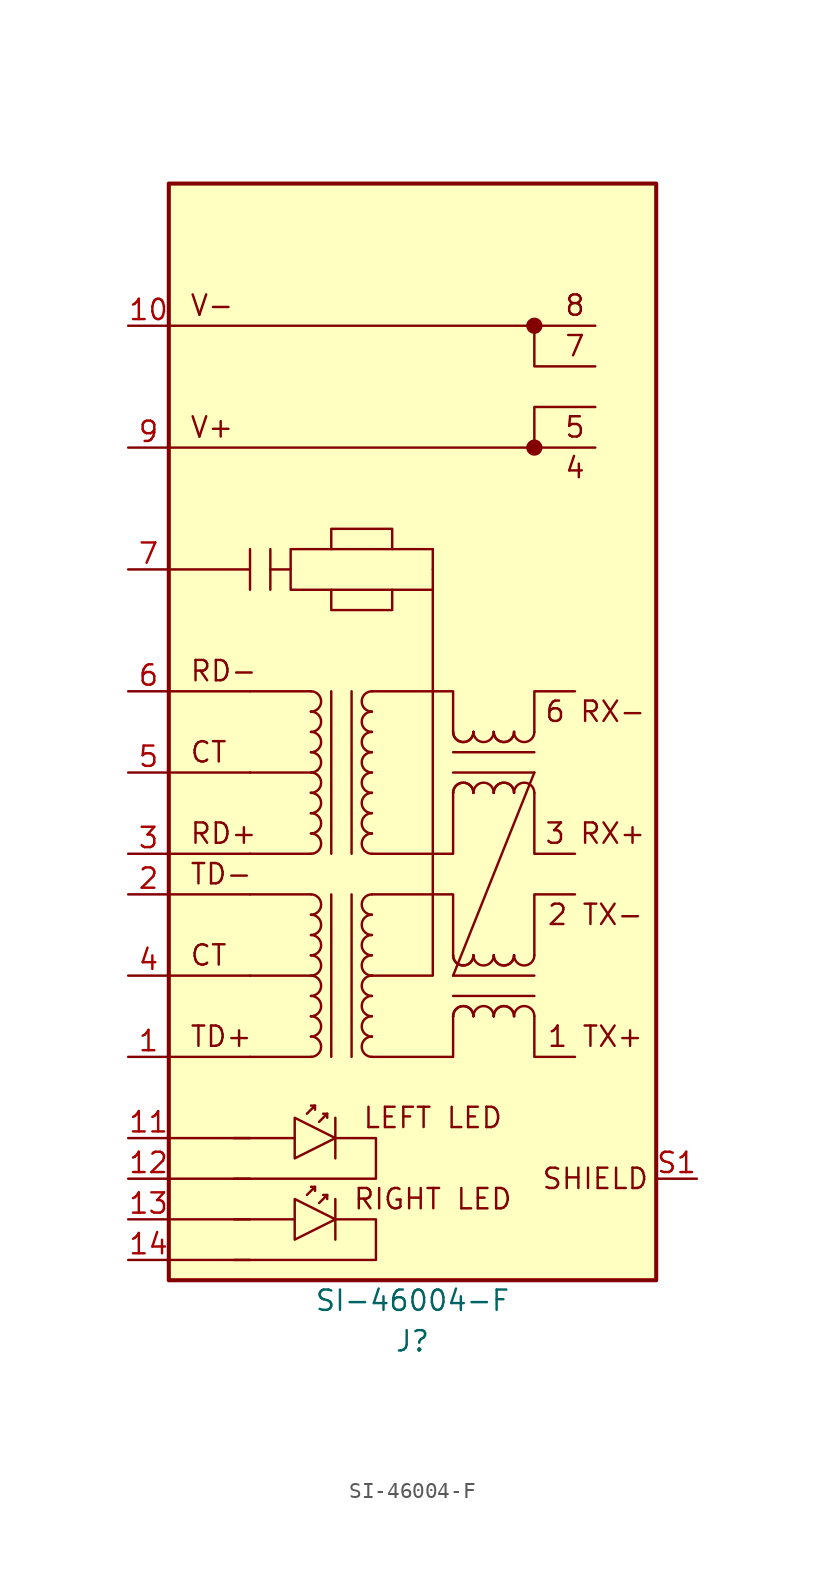
<source format=kicad_sym>
(kicad_symbol_lib
  (version 20220914)
  (generator kicad_symbol_editor)
  (symbol "SI-46004-F"
    (pin_names
      (offset 1.016) hide)
    (property "Reference" "J"
      (at 0 -38.1 0)
      (effects (font (size 1.27 1.27))))
    (property "Value" "SI-46004-F"
      (at 0 -35.56 0)
      (effects (font (size 1.27 1.27))))
    (symbol "SI-46004-F_0_0"
      (rectangle (start -15.24 -34.29) (end 15.24 34.29) (stroke (width 0.254) (type default)) (fill (type background)))
      (rectangle (start -5.08 8.89) (end -1.27 7.62) (stroke (width 0) (type default)) (fill (type none)))
      (polyline (pts (xy -15.24 -33.02) (xy -10.16 -33.02)) (stroke (width 0) (type default)) (fill (type none)))
      (polyline (pts (xy -15.24 -30.48) (xy -10.16 -30.48)) (stroke (width 0) (type default)) (fill (type none)))
      (polyline (pts (xy -15.24 -27.94) (xy -10.16 -27.94)) (stroke (width 0) (type default)) (fill (type none)))
      (polyline (pts (xy -15.24 -25.4) (xy -10.16 -25.4)) (stroke (width 0) (type default)) (fill (type none)))
      (polyline (pts (xy -15.24 -20.32) (xy -10.16 -20.32)) (stroke (width 0) (type default)) (fill (type none)))
      (polyline (pts (xy -15.24 -15.24) (xy -10.16 -15.24)) (stroke (width 0) (type default)) (fill (type none)))
      (polyline (pts (xy -15.24 -10.16) (xy -10.16 -10.16)) (stroke (width 0) (type default)) (fill (type none)))
      (polyline (pts (xy -15.24 -7.62) (xy -10.16 -7.62)) (stroke (width 0) (type default)) (fill (type none)))
      (polyline (pts (xy -15.24 -2.54) (xy -10.16 -2.54)) (stroke (width 0) (type default)) (fill (type none)))
      (polyline (pts (xy -15.24 2.54) (xy -10.16 2.54)) (stroke (width 0) (type default)) (fill (type none)))
      (polyline (pts (xy -15.24 17.78) (xy 11.43 17.78)) (stroke (width 0) (type default)) (fill (type none)))
      (polyline (pts (xy -15.24 25.4) (xy 11.43 25.4)) (stroke (width 0) (type default)) (fill (type none)))
      (polyline (pts (xy -11.176 -25.4) (xy -7.366 -25.4)) (stroke (width 0) (type default)) (fill (type none)))
      (polyline (pts (xy 1.27 10.16) (xy 1.27 11.43)) (stroke (width 0) (type default)) (fill (type none)))
      (polyline (pts (xy 7.62 17.78) (xy 7.62 20.32) (xy 11.43 20.32)) (stroke (width 0) (type default)) (fill (type none)))
      (polyline (pts (xy 7.62 25.4) (xy 7.62 22.86) (xy 11.43 22.86)) (stroke (width 0) (type default)) (fill (type none)))
      (polyline (pts (xy -4.826 -25.4) (xy -2.286 -25.4) (xy -2.286 -27.94) (xy -11.176 -27.94)) (stroke (width 0) (type default)) (fill (type none)))
      (polyline (pts (xy -2.54 -15.24) (xy -1.27 -15.24) (xy 1.27 -15.24) (xy 1.27 10.16)) (stroke (width 0) (type default)) (fill (type none)))
      (text "1 TX+" (at 11.43 -19.05 0) (effects (font (size 1.27 1.27))))
      (text "2 TX-" (at 11.43 -11.43 0) (effects (font (size 1.27 1.27))))
      (text "3 RX+" (at 11.43 -6.35 0) (effects (font (size 1.27 1.27))))
      (text "4" (at 10.16 16.51 0) (effects (font (size 1.27 1.27))))
      (text "5" (at 10.16 19.05 0) (effects (font (size 1.27 1.27))))
      (text "6 RX-" (at 11.43 1.27 0) (effects (font (size 1.27 1.27))))
      (text "7" (at 10.16 24.13 0) (effects (font (size 1.27 1.27))))
      (text "8" (at 10.16 26.67 0) (effects (font (size 1.27 1.27))))
      (text "CT" (at -13.97 -1.27 0) (effects (font (size 1.27 1.27)) (justify left)))
      (text "LEFT LED" (at 1.27 -24.13 0) (effects (font (size 1.27 1.27))))
      (text "RD-" (at -13.97 3.81 0) (effects (font (size 1.27 1.27)) (justify left)))
      (text "SHIELD" (at 11.43 -27.94 0) (effects (font (size 1.27 1.27))))
      (text "V+" (at -13.97 19.05 0) (effects (font (size 1.27 1.27)) (justify left)))
      (text "V-" (at -13.97 26.67 0) (effects (font (size 1.27 1.27)) (justify left))))
    (symbol "SI-46004-F_0_1"
      (arc (start -6.35 -16.51) (mid -5.7177 -15.875) (end -6.35 -15.24) (stroke (width 0) (type default)) (fill (type none)))
      (arc (start -6.35 -15.24) (mid -5.7177 -14.605) (end -6.35 -13.97) (stroke (width 0) (type default)) (fill (type none)))
      (arc (start -6.35 -13.97) (mid -6.35 -13.97) (end -6.35 -13.97) (stroke (width 0) (type default)) (fill (type none)))
      (arc (start -6.35 -11.43) (mid -5.7177 -10.795) (end -6.35 -10.16) (stroke (width 0) (type default)) (fill (type none)))
      (polyline (pts (xy -8.89 11.43) (xy -8.89 8.89)) (stroke (width 0) (type default)) (fill (type none)))
      (polyline (pts (xy -6.35 -20.32) (xy -10.16 -20.32)) (stroke (width 0) (type default)) (fill (type none)))
      (polyline (pts (xy -6.35 -15.24) (xy -10.16 -15.24)) (stroke (width 0) (type default)) (fill (type none)))
      (polyline (pts (xy -6.35 -10.16) (xy -10.16 -10.16)) (stroke (width 0) (type default)) (fill (type none)))
      (polyline (pts (xy -6.35 -7.62) (xy -10.16 -7.62)) (stroke (width 0) (type default)) (fill (type none)))
      (polyline (pts (xy -6.35 -2.54) (xy -10.16 -2.54)) (stroke (width 0) (type default)) (fill (type none)))
      (polyline (pts (xy -6.35 2.54) (xy -10.16 2.54)) (stroke (width 0) (type default)) (fill (type none)))
      (polyline (pts (xy -6.096 -28.448) (xy -6.35 -28.448)) (stroke (width 0) (type default)) (fill (type none)))
      (polyline (pts (xy -5.334 -28.956) (xy -5.588 -28.956)) (stroke (width 0) (type default)) (fill (type none)))
      (polyline (pts (xy -4.826 -24.13) (xy -4.826 -26.67)) (stroke (width 0) (type default)) (fill (type none)))
      (polyline (pts (xy -1.27 8.89) (xy 1.27 8.89)) (stroke (width 0) (type default)) (fill (type none)))
      (polyline (pts (xy -1.27 11.43) (xy 1.27 11.43)) (stroke (width 0) (type default)) (fill (type none)))
      (polyline (pts (xy -7.62 10.16) (xy -7.62 8.89) (xy -5.08 8.89)) (stroke (width 0) (type default)) (fill (type none)))
      (polyline (pts (xy -6.604 -28.956) (xy -6.096 -28.448) (xy -6.096 -28.702)) (stroke (width 0) (type default)) (fill (type none)))
      (polyline (pts (xy -5.842 -29.464) (xy -5.334 -28.956) (xy -5.334 -29.21)) (stroke (width 0) (type default)) (fill (type none)))
      (polyline (pts (xy -15.24 10.16) (xy -10.16 10.16) (xy -10.16 11.43) (xy -10.16 8.89)) (stroke (width 0) (type default)) (fill (type none)))
      (polyline (pts (xy -7.366 -24.13) (xy -7.366 -26.67) (xy -4.826 -25.4) (xy -7.366 -24.13)) (stroke (width 0) (type default)) (fill (type none)))
      (polyline (pts (xy -5.08 11.43) (xy -7.62 11.43) (xy -7.62 10.16) (xy -8.89 10.16)) (stroke (width 0) (type default)) (fill (type none))))
    (symbol "SI-46004-F_1_1"
      (arc (start -6.35 -20.32) (mid -5.7177 -19.685) (end -6.35 -19.05) (stroke (width 0) (type default)) (fill (type none)))
      (arc (start -6.35 -19.05) (mid -5.7177 -18.415) (end -6.35 -17.78) (stroke (width 0) (type default)) (fill (type none)))
      (arc (start -6.35 -17.78) (mid -6.35 -17.78) (end -6.35 -17.78) (stroke (width 0) (type default)) (fill (type none)))
      (arc (start -6.35 -17.78) (mid -5.7177 -17.145) (end -6.35 -16.51) (stroke (width 0) (type default)) (fill (type none)))
      (arc (start -6.35 -13.97) (mid -5.7177 -13.335) (end -6.35 -12.7) (stroke (width 0) (type default)) (fill (type none)))
      (arc (start -6.35 -12.7) (mid -5.7177 -12.065) (end -6.35 -11.43) (stroke (width 0) (type default)) (fill (type none)))
      (arc (start -6.35 -7.62) (mid -5.7177 -6.985) (end -6.35 -6.35) (stroke (width 0) (type default)) (fill (type none)))
      (arc (start -6.35 -6.35) (mid -5.7177 -5.715) (end -6.35 -5.08) (stroke (width 0) (type default)) (fill (type none)))
      (arc (start -6.35 -5.08) (mid -6.35 -5.08) (end -6.35 -5.08) (stroke (width 0) (type default)) (fill (type none)))
      (arc (start -6.35 -5.08) (mid -5.7177 -4.445) (end -6.35 -3.81) (stroke (width 0) (type default)) (fill (type none)))
      (arc (start -6.35 -3.81) (mid -6.35 -3.81) (end -6.35 -3.81) (stroke (width 0) (type default)) (fill (type none)))
      (arc (start -6.35 -3.81) (mid -5.7177 -3.175) (end -6.35 -2.54) (stroke (width 0) (type default)) (fill (type none)))
      (arc (start -6.35 -2.54) (mid -5.7177 -1.905) (end -6.35 -1.27) (stroke (width 0) (type default)) (fill (type none)))
      (arc (start -6.35 -1.27) (mid -5.7177 -0.635) (end -6.35 0) (stroke (width 0) (type default)) (fill (type none)))
      (arc (start -6.35 0) (mid -5.7177 0.635) (end -6.35 1.27) (stroke (width 0) (type default)) (fill (type none)))
      (arc (start -6.35 1.27) (mid -6.35 1.27) (end -6.35 1.27) (stroke (width 0) (type default)) (fill (type none)))
      (arc (start -6.35 1.27) (mid -5.7177 1.905) (end -6.35 2.54) (stroke (width 0) (type default)) (fill (type none)))
      (rectangle (start -5.08 12.7) (end -1.27 11.43) (stroke (width 0) (type default)) (fill (type none)))
      (arc (start -2.54 -19.05) (mid -3.1723 -19.685) (end -2.54 -20.32) (stroke (width 0) (type default)) (fill (type none)))
      (arc (start -2.54 -19.05) (mid -2.54 -19.05) (end -2.54 -19.05) (stroke (width 0) (type default)) (fill (type none)))
      (arc (start -2.54 -17.78) (mid -3.1723 -18.415) (end -2.54 -19.05) (stroke (width 0) (type default)) (fill (type none)))
      (arc (start -2.54 -16.51) (mid -3.1723 -17.145) (end -2.54 -17.78) (stroke (width 0) (type default)) (fill (type none)))
      (arc (start -2.54 -15.24) (mid -3.1723 -15.875) (end -2.54 -16.51) (stroke (width 0) (type default)) (fill (type none)))
      (arc (start -2.54 -15.24) (mid -2.54 -15.24) (end -2.54 -15.24) (stroke (width 0) (type default)) (fill (type none)))
      (arc (start -2.54 -13.97) (mid -3.1723 -14.605) (end -2.54 -15.24) (stroke (width 0) (type default)) (fill (type none)))
      (arc (start -2.54 -12.7) (mid -3.1723 -13.335) (end -2.54 -13.97) (stroke (width 0) (type default)) (fill (type none)))
      (arc (start -2.54 -11.43) (mid -3.1723 -12.065) (end -2.54 -12.7) (stroke (width 0) (type default)) (fill (type none)))
      (arc (start -2.54 -10.16) (mid -3.1723 -10.795) (end -2.54 -11.43) (stroke (width 0) (type default)) (fill (type none)))
      (arc (start -2.54 -6.35) (mid -3.1723 -6.985) (end -2.54 -7.62) (stroke (width 0) (type default)) (fill (type none)))
      (arc (start -2.54 -6.35) (mid -2.54 -6.35) (end -2.54 -6.35) (stroke (width 0) (type default)) (fill (type none)))
      (arc (start -2.54 -5.08) (mid -3.1723 -5.715) (end -2.54 -6.35) (stroke (width 0) (type default)) (fill (type none)))
      (arc (start -2.54 -3.81) (mid -3.1723 -4.445) (end -2.54 -5.08) (stroke (width 0) (type default)) (fill (type none)))
      (arc (start -2.54 -3.81) (mid -2.54 -3.81) (end -2.54 -3.81) (stroke (width 0) (type default)) (fill (type none)))
      (arc (start -2.54 -2.54) (mid -3.1723 -3.175) (end -2.54 -3.81) (stroke (width 0) (type default)) (fill (type none)))
      (arc (start -2.54 -1.27) (mid -3.1723 -1.905) (end -2.54 -2.54) (stroke (width 0) (type default)) (fill (type none)))
      (arc (start -2.54 0) (mid -3.1723 -0.635) (end -2.54 -1.27) (stroke (width 0) (type default)) (fill (type none)))
      (arc (start -2.54 0) (mid -2.54 0) (end -2.54 0) (stroke (width 0) (type default)) (fill (type none)))
      (arc (start -2.54 1.27) (mid -3.1723 0.635) (end -2.54 0) (stroke (width 0) (type default)) (fill (type none)))
      (arc (start -2.54 2.54) (mid -3.1723 1.905) (end -2.54 1.27) (stroke (width 0) (type default)) (fill (type none)))
      (polyline (pts (xy -11.176 -30.48) (xy -7.366 -30.48)) (stroke (width 0) (type default)) (fill (type none)))
      (polyline (pts (xy -6.096 -23.368) (xy -6.35 -23.368)) (stroke (width 0) (type default)) (fill (type none)))
      (polyline (pts (xy -5.334 -23.876) (xy -5.588 -23.876)) (stroke (width 0) (type default)) (fill (type none)))
      (polyline (pts (xy -5.08 -10.16) (xy -5.08 -20.32)) (stroke (width 0) (type default)) (fill (type none)))
      (polyline (pts (xy -5.08 2.54) (xy -5.08 -7.62)) (stroke (width 0) (type default)) (fill (type none)))
      (polyline (pts (xy -4.826 -29.21) (xy -4.826 -31.75)) (stroke (width 0) (type default)) (fill (type none)))
      (polyline (pts (xy -3.81 -20.32) (xy -3.81 -10.16)) (stroke (width 0) (type default)) (fill (type none)))
      (polyline (pts (xy -3.81 -7.62) (xy -3.81 2.54)) (stroke (width 0) (type default)) (fill (type none)))
      (polyline (pts (xy 2.54 -16.51) (xy 7.62 -16.51)) (stroke (width 0) (type default)) (fill (type none)))
      (polyline (pts (xy 2.54 -15.24) (xy 7.62 -2.54)) (stroke (width 0) (type default)) (fill (type none)))
      (polyline (pts (xy 2.54 -2.54) (xy 7.62 -2.54)) (stroke (width 0) (type default)) (fill (type none)))
      (polyline (pts (xy 7.62 -15.24) (xy 2.54 -15.24)) (stroke (width 0) (type default)) (fill (type none)))
      (polyline (pts (xy 7.62 -1.27) (xy 2.54 -1.27)) (stroke (width 0) (type default)) (fill (type none)))
      (polyline (pts (xy -6.604 -23.876) (xy -6.096 -23.368) (xy -6.096 -23.622)) (stroke (width 0) (type default)) (fill (type none)))
      (polyline (pts (xy -5.842 -24.384) (xy -5.334 -23.876) (xy -5.334 -24.13)) (stroke (width 0) (type default)) (fill (type none)))
      (polyline (pts (xy -2.54 -10.16) (xy 2.54 -10.16) (xy 2.54 -13.97)) (stroke (width 0) (type default)) (fill (type none)))
      (polyline (pts (xy -2.54 -7.62) (xy 2.54 -7.62) (xy 2.54 -3.81)) (stroke (width 0) (type default)) (fill (type none)))
      (polyline (pts (xy -2.54 2.54) (xy 2.54 2.54) (xy 2.54 0)) (stroke (width 0) (type default)) (fill (type none)))
      (polyline (pts (xy 2.54 -17.78) (xy 2.54 -20.32) (xy -2.54 -20.32)) (stroke (width 0) (type default)) (fill (type none)))
      (polyline (pts (xy 7.62 -17.78) (xy 7.62 -20.32) (xy 10.16 -20.32)) (stroke (width 0) (type default)) (fill (type none)))
      (polyline (pts (xy 7.62 -13.97) (xy 7.62 -10.16) (xy 10.16 -10.16)) (stroke (width 0) (type default)) (fill (type none)))
      (polyline (pts (xy 7.62 -3.81) (xy 7.62 -7.62) (xy 10.16 -7.62)) (stroke (width 0) (type default)) (fill (type none)))
      (polyline (pts (xy 7.62 0) (xy 7.62 2.54) (xy 10.16 2.54)) (stroke (width 0) (type default)) (fill (type none)))
      (polyline (pts (xy -7.366 -29.21) (xy -7.366 -31.75) (xy -4.826 -30.48) (xy -7.366 -29.21)) (stroke (width 0) (type default)) (fill (type none)))
      (polyline (pts (xy -4.826 -30.48) (xy -2.286 -30.48) (xy -2.286 -33.02) (xy -11.176 -33.02)) (stroke (width 0) (type default)) (fill (type none)))
      (arc (start 2.54 -17.78) (mid 2.54 -17.78) (end 2.54 -17.78) (stroke (width 0) (type default)) (fill (type none)))
      (arc (start 2.54 -13.97) (mid 3.175 -14.6023) (end 3.81 -13.97) (stroke (width 0) (type default)) (fill (type none)))
      (arc (start 2.54 -13.97) (mid 3.175 -14.6023) (end 3.81 -13.97) (stroke (width 0) (type default)) (fill (type none)))
      (arc (start 2.54 -3.81) (mid 2.54 -3.81) (end 2.54 -3.81) (stroke (width 0) (type default)) (fill (type none)))
      (arc (start 2.54 0) (mid 3.175 -0.6323) (end 3.81 0) (stroke (width 0) (type default)) (fill (type none)))
      (arc (start 2.54 0) (mid 3.175 -0.6323) (end 3.81 0) (stroke (width 0) (type default)) (fill (type none)))
      (arc (start 3.81 -17.78) (mid 3.175 -17.1477) (end 2.54 -17.78) (stroke (width 0) (type default)) (fill (type none)))
      (arc (start 3.81 -17.78) (mid 3.175 -17.1477) (end 2.54 -17.78) (stroke (width 0) (type default)) (fill (type none)))
      (arc (start 3.81 -13.97) (mid 3.81 -13.97) (end 3.81 -13.97) (stroke (width 0) (type default)) (fill (type none)))
      (arc (start 3.81 -13.97) (mid 4.445 -14.6023) (end 5.08 -13.97) (stroke (width 0) (type default)) (fill (type none)))
      (arc (start 3.81 -3.81) (mid 3.175 -3.1777) (end 2.54 -3.81) (stroke (width 0) (type default)) (fill (type none)))
      (arc (start 3.81 -3.81) (mid 3.175 -3.1777) (end 2.54 -3.81) (stroke (width 0) (type default)) (fill (type none)))
      (arc (start 3.81 0) (mid 3.81 0) (end 3.81 0) (stroke (width 0) (type default)) (fill (type none)))
      (arc (start 3.81 0) (mid 4.445 -0.6323) (end 5.08 0) (stroke (width 0) (type default)) (fill (type none)))
      (arc (start 5.08 -17.78) (mid 4.445 -17.1477) (end 3.81 -17.78) (stroke (width 0) (type default)) (fill (type none)))
      (arc (start 5.08 -17.78) (mid 5.08 -17.78) (end 5.08 -17.78) (stroke (width 0) (type default)) (fill (type none)))
      (arc (start 5.08 -13.97) (mid 5.715 -14.6023) (end 6.35 -13.97) (stroke (width 0) (type default)) (fill (type none)))
      (arc (start 5.08 -13.97) (mid 5.715 -14.6023) (end 6.35 -13.97) (stroke (width 0) (type default)) (fill (type none)))
      (arc (start 5.08 -3.81) (mid 4.445 -3.1777) (end 3.81 -3.81) (stroke (width 0) (type default)) (fill (type none)))
      (arc (start 5.08 -3.81) (mid 5.08 -3.81) (end 5.08 -3.81) (stroke (width 0) (type default)) (fill (type none)))
      (arc (start 5.08 0) (mid 5.715 -0.6323) (end 6.35 0) (stroke (width 0) (type default)) (fill (type none)))
      (arc (start 5.08 0) (mid 5.715 -0.6323) (end 6.35 0) (stroke (width 0) (type default)) (fill (type none)))
      (arc (start 6.35 -17.78) (mid 5.715 -17.1477) (end 5.08 -17.78) (stroke (width 0) (type default)) (fill (type none)))
      (arc (start 6.35 -17.78) (mid 5.715 -17.1477) (end 5.08 -17.78) (stroke (width 0) (type default)) (fill (type none)))
      (arc (start 6.35 -13.97) (mid 6.35 -13.97) (end 6.35 -13.97) (stroke (width 0) (type default)) (fill (type none)))
      (arc (start 6.35 -13.97) (mid 6.985 -14.6023) (end 7.62 -13.97) (stroke (width 0) (type default)) (fill (type none)))
      (arc (start 6.35 -3.81) (mid 5.715 -3.1777) (end 5.08 -3.81) (stroke (width 0) (type default)) (fill (type none)))
      (arc (start 6.35 -3.81) (mid 5.715 -3.1777) (end 5.08 -3.81) (stroke (width 0) (type default)) (fill (type none)))
      (arc (start 6.35 0) (mid 6.35 0) (end 6.35 0) (stroke (width 0) (type default)) (fill (type none)))
      (arc (start 6.35 0) (mid 6.985 -0.6323) (end 7.62 0) (stroke (width 0) (type default)) (fill (type none)))
      (arc (start 7.62 -17.78) (mid 6.985 -17.1477) (end 6.35 -17.78) (stroke (width 0) (type default)) (fill (type none)))
      (arc (start 7.62 -3.81) (mid 6.985 -3.1777) (end 6.35 -3.81) (stroke (width 0) (type default)) (fill (type none)))
      (circle (center 7.62 17.78) (radius 0.0001) (stroke (width 0.508) (type default)) (fill (type none)))
      (circle (center 7.62 25.4) (radius 0.0001) (stroke (width 0.508) (type default)) (fill (type none)))
      (text "CT" (at -13.97 -13.97 0) (effects (font (size 1.27 1.27)) (justify left)))
      (text "RD+" (at -13.97 -6.35 0) (effects (font (size 1.27 1.27)) (justify left)))
      (text "RIGHT LED" (at 1.27 -29.21 0) (effects (font (size 1.27 1.27))))
      (text "TD+" (at -13.97 -19.05 0) (effects (font (size 1.27 1.27)) (justify left)))
      (text "TD-" (at -13.97 -8.89 0) (effects (font (size 1.27 1.27)) (justify left)))
      (pin passive line (at -17.78 -20.32 0) (length 2.54) (name "TD+" (effects (font (size 1.27 1.27)))) (number "1" (effects (font (size 1.27 1.27)))))
      (pin power_out line (at -17.78 25.4 0) (length 2.54) (name "V-" (effects (font (size 1.27 1.27)))) (number "10" (effects (font (size 1.27 1.27)))))
      (pin passive line (at -17.78 -25.4 0) (length 2.54) (name "LLED+" (effects (font (size 1.27 1.27)))) (number "11" (effects (font (size 1.27 1.27)))))
      (pin passive line (at -17.78 -27.94 0) (length 2.54) (name "LLED-" (effects (font (size 1.27 1.27)))) (number "12" (effects (font (size 1.27 1.27)))))
      (pin passive line (at -17.78 -30.48 0) (length 2.54) (name "RLED+" (effects (font (size 1.27 1.27)))) (number "13" (effects (font (size 1.27 1.27)))))
      (pin passive line (at -17.78 -33.02 0) (length 2.54) (name "RLED-" (effects (font (size 1.27 1.27)))) (number "14" (effects (font (size 1.27 1.27)))))
      (pin passive line (at -17.78 -10.16 0) (length 2.54) (name "TD-" (effects (font (size 1.27 1.27)))) (number "2" (effects (font (size 1.27 1.27)))))
      (pin passive line (at -17.78 -7.62 0) (length 2.54) (name "RD+" (effects (font (size 1.27 1.27)))) (number "3" (effects (font (size 1.27 1.27)))))
      (pin passive line (at -17.78 -15.24 0) (length 2.54) (name "CT" (effects (font (size 1.27 1.27)))) (number "4" (effects (font (size 1.27 1.27)))))
      (pin passive line (at -17.78 -2.54 0) (length 2.54) (name "CT" (effects (font (size 1.27 1.27)))) (number "5" (effects (font (size 1.27 1.27)))))
      (pin passive line (at -17.78 2.54 0) (length 2.54) (name "RD-" (effects (font (size 1.27 1.27)))) (number "6" (effects (font (size 1.27 1.27)))))
      (pin passive line (at -17.78 10.16 0) (length 2.54) (name "7" (effects (font (size 1.27 1.27)))) (number "7" (effects (font (size 1.27 1.27)))))
      (pin power_out line (at -17.78 17.78 0) (length 2.54) (name "V+" (effects (font (size 1.27 1.27)))) (number "9" (effects (font (size 1.27 1.27)))))
      (pin passive line (at 17.78 -27.94 180) (length 2.54) (name "SHIELD" (effects (font (size 1.27 1.27)))) (number "S1" (effects (font (size 1.27 1.27)))))
      (pin passive line (at 17.78 -27.94 180) (length 2.54) hide (name "SHIELD" (effects (font (size 1.27 1.27)))) (number "S2" (effects (font (size 1.27 1.27))))))))
</source>
